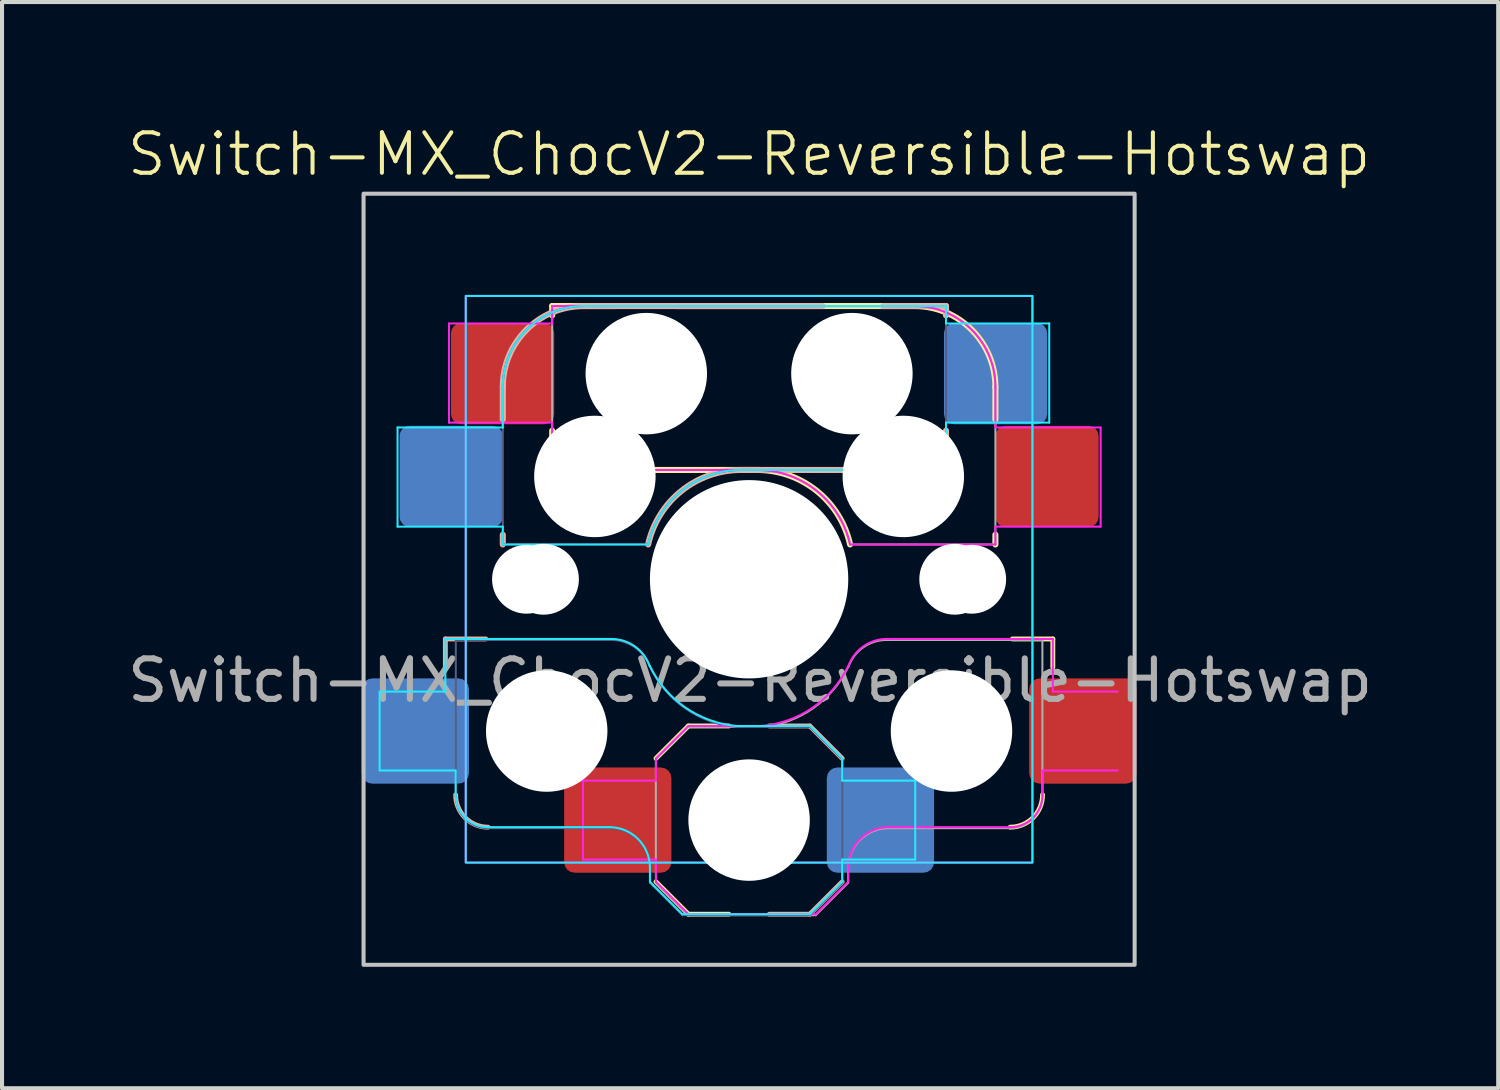
<source format=kicad_pcb>
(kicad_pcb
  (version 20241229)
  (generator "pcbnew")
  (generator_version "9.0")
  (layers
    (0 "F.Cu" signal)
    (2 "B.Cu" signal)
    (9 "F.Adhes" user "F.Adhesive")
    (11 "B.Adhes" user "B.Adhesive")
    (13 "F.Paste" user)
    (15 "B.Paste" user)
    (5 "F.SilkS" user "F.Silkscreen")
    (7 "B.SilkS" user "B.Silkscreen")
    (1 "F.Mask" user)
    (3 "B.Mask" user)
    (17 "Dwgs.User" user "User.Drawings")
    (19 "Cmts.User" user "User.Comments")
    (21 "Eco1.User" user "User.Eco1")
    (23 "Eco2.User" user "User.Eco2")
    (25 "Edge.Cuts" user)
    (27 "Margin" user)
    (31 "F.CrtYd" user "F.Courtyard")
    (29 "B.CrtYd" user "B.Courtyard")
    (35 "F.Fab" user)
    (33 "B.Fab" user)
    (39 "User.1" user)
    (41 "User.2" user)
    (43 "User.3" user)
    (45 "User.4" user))
  (footprint "Switch-MX_ChocV2-Reversible-Hotswap"
    (layer "F.Cu")
    (at 15.457 11.261)
    (property "Reference" "Switch-MX_ChocV2-Reversible-Hotswap" (at 0 -10.5 0) (unlocked yes) (layer "F.SilkS") (effects (font (size 1 1) (thickness 0.1))))
    (attr smd)
    (fp_line (start -4.865 -6.75) (end -4.865 -6.52) (stroke (width 0.15) (type solid)) (layer "F.SilkS"))
    (fp_line (start -4.865 -3.67) (end -4.865 -3.2) (stroke (width 0.15) (type solid)) (layer "F.SilkS"))
    (fp_line (start -4.365 -2.7) (end 0.2 -2.7) (stroke (width 0.15) (type solid)) (layer "F.SilkS"))
    (fp_line (start -3.315 -6.75) (end -4.865 -6.75) (stroke (width 0.15) (type solid)) (layer "F.SilkS"))
    (fp_line (start -2.3 7.475) (end -1.5 8.275) (stroke (width 0.12) (type solid)) (layer "F.SilkS"))
    (fp_line (start -1.5 3.625) (end -2.3 4.425) (stroke (width 0.12) (type solid)) (layer "F.SilkS"))
    (fp_line (start -1.5 3.625) (end -0.5 3.625) (stroke (width 0.12) (type solid)) (layer "F.SilkS"))
    (fp_line (start -1.5 8.275) (end -0.5 8.275) (stroke (width 0.12) (type solid)) (layer "F.SilkS"))
    (fp_line (start 4.085 -6.75) (end -1.815 -6.75) (stroke (width 0.15) (type solid)) (layer "F.SilkS"))
    (fp_line (start 6.085 -3.95) (end 6.085 -4.75) (stroke (width 0.15) (type solid)) (layer "F.SilkS"))
    (fp_line (start 6.085 -1.1) (end 6.085 -0.86) (stroke (width 0.15) (type solid)) (layer "F.SilkS"))
    (fp_line (start 7.504 1.475) (end 6.504 1.475) (stroke (width 0.12) (type solid)) (layer "F.SilkS"))
    (fp_line (start 7.504 1.475) (end 7.504 2.175) (stroke (width 0.12) (type solid)) (layer "F.SilkS"))
    (fp_arc (start -4.364824 -2.70022) (mid -4.718367 -2.846679) (end -4.864824 -3.20022) (stroke (width 0.15) (type solid)) (layer "F.SilkS"))
    (fp_arc (start 0.2 -2.70022) (mid 1.670695 -2.183638) (end 2.494322 -0.86022) (stroke (width 0.15) (type solid)) (layer "F.SilkS"))
    (fp_arc (start 4.085176 -6.75022) (mid 5.499404 -6.164448) (end 6.085176 -4.75022) (stroke (width 0.15) (type solid)) (layer "F.SilkS"))
    (fp_arc (start 7.25 5.325) (mid 7.015685 5.890685) (end 6.45 6.125) (stroke (width 0.12) (type solid)) (layer "F.SilkS"))
    (fp_line (start -7.504 1.475) (end -7.504 2.175) (stroke (width 0.12) (type solid)) (layer "B.SilkS"))
    (fp_line (start -7.504 1.475) (end -6.504 1.475) (stroke (width 0.12) (type solid)) (layer "B.SilkS"))
    (fp_line (start -6.085 -3.95) (end -6.085 -4.75) (stroke (width 0.15) (type solid)) (layer "B.SilkS"))
    (fp_line (start -6.085 -1.1) (end -6.085 -0.86) (stroke (width 0.15) (type solid)) (layer "B.SilkS"))
    (fp_line (start -4.085 -6.75) (end 1.815 -6.75) (stroke (width 0.15) (type solid)) (layer "B.SilkS"))
    (fp_line (start 1.5 3.625) (end 0.5 3.625) (stroke (width 0.12) (type solid)) (layer "B.SilkS"))
    (fp_line (start 1.5 3.625) (end 2.3 4.425) (stroke (width 0.12) (type solid)) (layer "B.SilkS"))
    (fp_line (start 1.5 8.275) (end 0.5 8.275) (stroke (width 0.12) (type solid)) (layer "B.SilkS"))
    (fp_line (start 2.3 7.475) (end 1.5 8.275) (stroke (width 0.12) (type solid)) (layer "B.SilkS"))
    (fp_line (start 3.315 -6.75) (end 4.865 -6.75) (stroke (width 0.15) (type solid)) (layer "B.SilkS"))
    (fp_line (start 4.365 -2.7) (end -0.2 -2.7) (stroke (width 0.15) (type solid)) (layer "B.SilkS"))
    (fp_line (start 4.865 -6.75) (end 4.865 -6.52) (stroke (width 0.15) (type solid)) (layer "B.SilkS"))
    (fp_line (start 4.865 -3.67) (end 4.865 -3.2) (stroke (width 0.15) (type solid)) (layer "B.SilkS"))
    (fp_arc (start -6.45 6.125) (mid -7.015685 5.890685) (end -7.25 5.325) (stroke (width 0.12) (type solid)) (layer "B.SilkS"))
    (fp_arc (start -6.085176 -4.75022) (mid -5.499404 -6.164447) (end -4.085176 -6.75022) (stroke (width 0.15) (type solid)) (layer "B.SilkS"))
    (fp_arc (start -2.494322 -0.86022) (mid -1.670694 -2.183638) (end -0.2 -2.70022) (stroke (width 0.15) (type solid)) (layer "B.SilkS"))
    (fp_arc (start 4.864824 -3.20022) (mid 4.718362 -2.846682) (end 4.364824 -2.70022) (stroke (width 0.15) (type solid)) (layer "B.SilkS"))
    (fp_rect (start -9.525 -9.525) (end 9.525 9.525) (stroke (width 0.1) (type default)) (fill no) (layer "Dwgs.User"))
    (fp_line (start -9.129 4.725) (end -9.129 2.775) (stroke (width 0.05) (type solid)) (layer "B.CrtYd"))
    (fp_line (start -9.104 2.775) (end -7.504 2.775) (stroke (width 0.05) (type solid)) (layer "B.CrtYd"))
    (fp_line (start -8.685 -3.75) (end -8.685 -1.3) (stroke (width 0.05) (type solid)) (layer "B.CrtYd"))
    (fp_line (start -8.685 -1.3) (end -6.085 -1.3) (stroke (width 0.05) (type solid)) (layer "B.CrtYd"))
    (fp_line (start -7.504 1.475) (end -7.504 2.175) (stroke (width 0.05) (type solid)) (layer "B.CrtYd"))
    (fp_line (start -7.504 1.475) (end -3.4 1.475) (stroke (width 0.05) (type solid)) (layer "B.CrtYd"))
    (fp_line (start -7.504 2.175) (end -7.504 2.775) (stroke (width 0.05) (type solid)) (layer "B.CrtYd"))
    (fp_line (start -7.25 4.725) (end -9.104 4.725) (stroke (width 0.05) (type solid)) (layer "B.CrtYd"))
    (fp_line (start -7.25 5.325) (end -7.25 4.725) (stroke (width 0.05) (type solid)) (layer "B.CrtYd"))
    (fp_line (start -6.085 -3.75) (end -8.685 -3.75) (stroke (width 0.05) (type solid)) (layer "B.CrtYd"))
    (fp_line (start -6.085 -3.75) (end -6.085 -4.75) (stroke (width 0.05) (type solid)) (layer "B.CrtYd"))
    (fp_line (start -6.085 -1.3) (end -6.085 -0.86) (stroke (width 0.05) (type solid)) (layer "B.CrtYd"))
    (fp_line (start -6.085 -0.86) (end -2.494 -0.86) (stroke (width 0.05) (type solid)) (layer "B.CrtYd"))
    (fp_line (start -4.085 -6.75) (end 4.865 -6.75) (stroke (width 0.05) (type solid)) (layer "B.CrtYd"))
    (fp_line (start -3.45 6.125) (end -6.45 6.125) (stroke (width 0.05) (type solid)) (layer "B.CrtYd"))
    (fp_line (start -2.45 7.475) (end -2.45 7.125) (stroke (width 0.05) (type solid)) (layer "B.CrtYd"))
    (fp_line (start -2.45 7.475) (end -1.65 8.275) (stroke (width 0.05) (type solid)) (layer "B.CrtYd"))
    (fp_line (start 1.5 3.625) (end -0.3 3.625) (stroke (width 0.05) (type solid)) (layer "B.CrtYd"))
    (fp_line (start 1.5 3.625) (end 2.3 4.425) (stroke (width 0.05) (type solid)) (layer "B.CrtYd"))
    (fp_line (start 1.5 8.275) (end -1.65 8.275) (stroke (width 0.05) (type solid)) (layer "B.CrtYd"))
    (fp_line (start 2.3 4.975) (end 2.3 4.425) (stroke (width 0.05) (type solid)) (layer "B.CrtYd"))
    (fp_line (start 2.3 7.475) (end 1.5 8.275) (stroke (width 0.05) (type solid)) (layer "B.CrtYd"))
    (fp_line (start 2.3 7.475) (end 2.3 6.925) (stroke (width 0.05) (type solid)) (layer "B.CrtYd"))
    (fp_line (start 4.104 4.975) (end 2.3 4.975) (stroke (width 0.05) (type solid)) (layer "B.CrtYd"))
    (fp_line (start 4.104 4.975) (end 4.104 6.925) (stroke (width 0.05) (type solid)) (layer "B.CrtYd"))
    (fp_line (start 4.104 6.925) (end 2.3 6.925) (stroke (width 0.05) (type solid)) (layer "B.CrtYd"))
    (fp_line (start 4.865 -6.75) (end 4.865 -6.32) (stroke (width 0.05) (type solid)) (layer "B.CrtYd"))
    (fp_line (start 4.865 -3.87) (end 4.865 -2.7) (stroke (width 0.05) (type solid)) (layer "B.CrtYd"))
    (fp_line (start 4.865 -3.87) (end 7.415 -3.87) (stroke (width 0.05) (type solid)) (layer "B.CrtYd"))
    (fp_line (start 4.865 -2.7) (end -0.2 -2.7) (stroke (width 0.05) (type solid)) (layer "B.CrtYd"))
    (fp_line (start 7.415 -6.32) (end 4.865 -6.32) (stroke (width 0.05) (type solid)) (layer "B.CrtYd"))
    (fp_line (start 7.415 -3.87) (end 7.415 -6.32) (stroke (width 0.05) (type solid)) (layer "B.CrtYd"))
    (fp_rect (start -7 -7) (end 7 7) (stroke (width 0.05) (type default)) (fill no) (layer "B.CrtYd"))
    (fp_arc (start -6.45 6.125) (mid -7.015685 5.890685) (end -7.25 5.325) (stroke (width 0.05) (type solid)) (layer "B.CrtYd"))
    (fp_arc (start -6.085176 -4.75022) (mid -5.499404 -6.164447) (end -4.085176 -6.75022) (stroke (width 0.05) (type solid)) (layer "B.CrtYd"))
    (fp_arc (start -3.45 6.125) (mid -2.742893 6.417893) (end -2.45 7.125) (stroke (width 0.05) (type solid)) (layer "B.CrtYd"))
    (fp_arc (start -3.4 1.475) (mid -2.826423 1.655848) (end -2.460307 2.13298) (stroke (width 0.05) (type solid)) (layer "B.CrtYd"))
    (fp_arc (start -2.494322 -0.86022) (mid -1.670504 -2.183401) (end -0.2 -2.70022) (stroke (width 0.05) (type solid)) (layer "B.CrtYd"))
    (fp_arc (start -0.299999 3.624999) (mid -1.577271 3.167234) (end -2.455444 2.13293) (stroke (width 0.05) (type solid)) (layer "B.CrtYd"))
    (fp_line (start -7.415 -6.32) (end -4.865 -6.32) (stroke (width 0.05) (type solid)) (layer "F.CrtYd"))
    (fp_line (start -7.415 -3.87) (end -7.415 -6.32) (stroke (width 0.05) (type solid)) (layer "F.CrtYd"))
    (fp_line (start -4.865 -6.75) (end -4.865 -6.32) (stroke (width 0.05) (type solid)) (layer "F.CrtYd"))
    (fp_line (start -4.865 -3.87) (end -7.415 -3.87) (stroke (width 0.05) (type solid)) (layer "F.CrtYd"))
    (fp_line (start -4.865 -3.87) (end -4.865 -2.7) (stroke (width 0.05) (type solid)) (layer "F.CrtYd"))
    (fp_line (start -4.865 -2.7) (end 0.2 -2.7) (stroke (width 0.05) (type solid)) (layer "F.CrtYd"))
    (fp_line (start -4.104 4.975) (end -4.104 6.925) (stroke (width 0.05) (type solid)) (layer "F.CrtYd"))
    (fp_line (start -4.104 4.975) (end -2.3 4.975) (stroke (width 0.05) (type solid)) (layer "F.CrtYd"))
    (fp_line (start -4.104 6.925) (end -2.3 6.925) (stroke (width 0.05) (type solid)) (layer "F.CrtYd"))
    (fp_line (start -2.3 4.975) (end -2.3 4.425) (stroke (width 0.05) (type solid)) (layer "F.CrtYd"))
    (fp_line (start -2.3 7.475) (end -2.3 6.925) (stroke (width 0.05) (type solid)) (layer "F.CrtYd"))
    (fp_line (start -2.3 7.475) (end -1.5 8.275) (stroke (width 0.05) (type solid)) (layer "F.CrtYd"))
    (fp_line (start -1.5 3.625) (end -2.3 4.425) (stroke (width 0.05) (type solid)) (layer "F.CrtYd"))
    (fp_line (start -1.5 3.625) (end 0.3 3.625) (stroke (width 0.05) (type solid)) (layer "F.CrtYd"))
    (fp_line (start -1.5 8.275) (end 1.65 8.275) (stroke (width 0.05) (type solid)) (layer "F.CrtYd"))
    (fp_line (start 2.45 7.475) (end 1.65 8.275) (stroke (width 0.05) (type solid)) (layer "F.CrtYd"))
    (fp_line (start 2.45 7.475) (end 2.45 7.125) (stroke (width 0.05) (type solid)) (layer "F.CrtYd"))
    (fp_line (start 3.45 6.125) (end 6.45 6.125) (stroke (width 0.05) (type solid)) (layer "F.CrtYd"))
    (fp_line (start 4.085 -6.75) (end -4.865 -6.75) (stroke (width 0.05) (type solid)) (layer "F.CrtYd"))
    (fp_line (start 6.085 -3.75) (end 6.085 -4.75) (stroke (width 0.05) (type solid)) (layer "F.CrtYd"))
    (fp_line (start 6.085 -3.75) (end 8.685 -3.75) (stroke (width 0.05) (type solid)) (layer "F.CrtYd"))
    (fp_line (start 6.085 -1.3) (end 6.085 -0.86) (stroke (width 0.05) (type solid)) (layer "F.CrtYd"))
    (fp_line (start 6.085 -0.86) (end 2.494 -0.86) (stroke (width 0.05) (type solid)) (layer "F.CrtYd"))
    (fp_line (start 7.25 4.725) (end 9.104 4.725) (stroke (width 0.05) (type solid)) (layer "F.CrtYd"))
    (fp_line (start 7.25 5.325) (end 7.25 4.725) (stroke (width 0.05) (type solid)) (layer "F.CrtYd"))
    (fp_line (start 7.504 1.475) (end 3.4 1.475) (stroke (width 0.05) (type solid)) (layer "F.CrtYd"))
    (fp_line (start 7.504 1.475) (end 7.504 2.175) (stroke (width 0.05) (type solid)) (layer "F.CrtYd"))
    (fp_line (start 7.504 2.175) (end 7.504 2.775) (stroke (width 0.05) (type solid)) (layer "F.CrtYd"))
    (fp_line (start 8.685 -3.75) (end 8.685 -1.3) (stroke (width 0.05) (type solid)) (layer "F.CrtYd"))
    (fp_line (start 8.685 -1.3) (end 6.085 -1.3) (stroke (width 0.05) (type solid)) (layer "F.CrtYd"))
    (fp_line (start 9.104 2.775) (end 7.504 2.775) (stroke (width 0.05) (type solid)) (layer "F.CrtYd"))
    (fp_rect (start -7 -7) (end 7 7) (stroke (width 0.05) (type default)) (fill no) (layer "F.CrtYd"))
    (fp_arc (start 0.2 -2.70022) (mid 1.670505 -2.183402) (end 2.494322 -0.86022) (stroke (width 0.05) (type solid)) (layer "F.CrtYd"))
    (fp_arc (start 2.45 7.125) (mid 2.742893 6.417893) (end 3.45 6.125) (stroke (width 0.05) (type solid)) (layer "F.CrtYd"))
    (fp_arc (start 2.455444 2.13293) (mid 1.577271 3.167234) (end 0.299999 3.624999) (stroke (width 0.05) (type solid)) (layer "F.CrtYd"))
    (fp_arc (start 2.460307 2.13298) (mid 2.826423 1.655848) (end 3.4 1.475) (stroke (width 0.05) (type solid)) (layer "F.CrtYd"))
    (fp_arc (start 4.085176 -6.75022) (mid 5.499404 -6.164448) (end 6.085176 -4.75022) (stroke (width 0.05) (type solid)) (layer "F.CrtYd"))
    (fp_arc (start 7.25 5.325) (mid 7.015685 5.890685) (end 6.45 6.125) (stroke (width 0.05) (type solid)) (layer "F.CrtYd"))
    (fp_line (start -7.246 1.5) (end -3.396 1.5) (stroke (width 0.05) (type solid)) (layer "B.Fab"))
    (fp_line (start -7.246 5.35) (end -7.246 1.5) (stroke (width 0.05) (type solid)) (layer "B.Fab"))
    (fp_line (start -6.085 -0.86) (end -6.085 -4.75) (stroke (width 0.05) (type solid)) (layer "B.Fab"))
    (fp_line (start -6.085 -0.86) (end -2.494 -0.86) (stroke (width 0.05) (type solid)) (layer "B.Fab"))
    (fp_line (start -4.085 -6.75) (end 4.865 -6.75) (stroke (width 0.05) (type solid)) (layer "B.Fab"))
    (fp_line (start -3.446 6.15) (end -6.446 6.15) (stroke (width 0.05) (type solid)) (layer "B.Fab"))
    (fp_line (start -2.446 7.5) (end -2.446 7.15) (stroke (width 0.05) (type solid)) (layer "B.Fab"))
    (fp_line (start -2.446 7.5) (end -1.646 8.3) (stroke (width 0.05) (type solid)) (layer "B.Fab"))
    (fp_line (start 1.504 3.65) (end -0.296 3.65) (stroke (width 0.05) (type solid)) (layer "B.Fab"))
    (fp_line (start 1.504 3.65) (end 2.304 4.45) (stroke (width 0.05) (type solid)) (layer "B.Fab"))
    (fp_line (start 1.504 8.3) (end -1.646 8.3) (stroke (width 0.05) (type solid)) (layer "B.Fab"))
    (fp_line (start 2.304 7.5) (end 1.504 8.3) (stroke (width 0.05) (type solid)) (layer "B.Fab"))
    (fp_line (start 2.304 7.5) (end 2.304 4.45) (stroke (width 0.05) (type solid)) (layer "B.Fab"))
    (fp_line (start 4.865 -6.75) (end 4.865 -2.7) (stroke (width 0.05) (type solid)) (layer "B.Fab"))
    (fp_line (start 4.865 -2.7) (end -0.2 -2.7) (stroke (width 0.05) (type solid)) (layer "B.Fab"))
    (fp_arc (start -6.446 6.15) (mid -7.011685 5.915685) (end -7.246 5.35) (stroke (width 0.05) (type solid)) (layer "B.Fab"))
    (fp_arc (start -6.085176 -4.75022) (mid -5.499404 -6.164447) (end -4.085176 -6.75022) (stroke (width 0.05) (type solid)) (layer "B.Fab"))
    (fp_arc (start -3.446 6.15) (mid -2.738893 6.442893) (end -2.446 7.15) (stroke (width 0.05) (type solid)) (layer "B.Fab"))
    (fp_arc (start -3.396 1.5) (mid -2.822423 1.680848) (end -2.456307 2.15798) (stroke (width 0.05) (type solid)) (layer "B.Fab"))
    (fp_arc (start -2.494322 -0.86022) (mid -1.670504 -2.183401) (end -0.2 -2.70022) (stroke (width 0.05) (type solid)) (layer "B.Fab"))
    (fp_arc (start -0.295999 3.649999) (mid -1.573271 3.192234) (end -2.451444 2.15793) (stroke (width 0.05) (type solid)) (layer "B.Fab"))
    (fp_line (start -4.865 -6.75) (end -4.865 -2.7) (stroke (width 0.05) (type solid)) (layer "F.Fab"))
    (fp_line (start -4.865 -2.7) (end 0.2 -2.7) (stroke (width 0.05) (type solid)) (layer "F.Fab"))
    (fp_line (start -2.304 7.5) (end -2.304 4.45) (stroke (width 0.05) (type solid)) (layer "F.Fab"))
    (fp_line (start -2.304 7.5) (end -1.504 8.3) (stroke (width 0.05) (type solid)) (layer "F.Fab"))
    (fp_line (start -1.504 3.65) (end -2.304 4.45) (stroke (width 0.05) (type solid)) (layer "F.Fab"))
    (fp_line (start -1.504 3.65) (end 0.296 3.65) (stroke (width 0.05) (type solid)) (layer "F.Fab"))
    (fp_line (start -1.504 8.3) (end 1.646 8.3) (stroke (width 0.05) (type solid)) (layer "F.Fab"))
    (fp_line (start 2.446 7.5) (end 1.646 8.3) (stroke (width 0.05) (type solid)) (layer "F.Fab"))
    (fp_line (start 2.446 7.5) (end 2.446 7.15) (stroke (width 0.05) (type solid)) (layer "F.Fab"))
    (fp_line (start 3.446 6.15) (end 6.446 6.15) (stroke (width 0.05) (type solid)) (layer "F.Fab"))
    (fp_line (start 4.085 -6.75) (end -4.865 -6.75) (stroke (width 0.05) (type solid)) (layer "F.Fab"))
    (fp_line (start 6.085 -0.86) (end 2.494 -0.86) (stroke (width 0.05) (type solid)) (layer "F.Fab"))
    (fp_line (start 6.085 -0.86) (end 6.085 -4.75) (stroke (width 0.05) (type solid)) (layer "F.Fab"))
    (fp_line (start 7.246 1.5) (end 3.396 1.5) (stroke (width 0.05) (type solid)) (layer "F.Fab"))
    (fp_line (start 7.246 5.35) (end 7.246 1.5) (stroke (width 0.05) (type solid)) (layer "F.Fab"))
    (fp_arc (start 0.2 -2.70022) (mid 1.670505 -2.183402) (end 2.494322 -0.86022) (stroke (width 0.05) (type solid)) (layer "F.Fab"))
    (fp_arc (start 2.446 7.15) (mid 2.738893 6.442893) (end 3.446 6.15) (stroke (width 0.05) (type solid)) (layer "F.Fab"))
    (fp_arc (start 2.451444 2.15793) (mid 1.573271 3.192234) (end 0.295999 3.649999) (stroke (width 0.05) (type solid)) (layer "F.Fab"))
    (fp_arc (start 2.456307 2.15798) (mid 2.822423 1.680848) (end 3.396 1.5) (stroke (width 0.05) (type solid)) (layer "F.Fab"))
    (fp_arc (start 4.085176 -6.75022) (mid 5.499404 -6.164448) (end 6.085176 -4.75022) (stroke (width 0.05) (type solid)) (layer "F.Fab"))
    (fp_arc (start 7.246 5.35) (mid 7.011685 5.915685) (end 6.446 6.15) (stroke (width 0.05) (type solid)) (layer "F.Fab"))
    (fp_text user "${REFERENCE}" (at 0.025 2.5 0) (unlocked yes) (layer "F.Fab") (effects (font (size 1 1) (thickness 0.15))))
    (pad "" np_thru_hole circle (at -5.5 0 180) (size 1.7 1.7) (drill 1.7) (layers "*.Cu" "*.Mask"))
    (pad "" np_thru_hole circle (at -5.08 0) (size 1.75 1.75) (drill 1.75) (layers "*.Cu" "*.Mask"))
    (pad "" np_thru_hole circle (at -5 3.75) (size 3 3) (drill 3) (layers "*.Cu" "*.Mask"))
    (pad "" np_thru_hole circle (at -3.81 -2.54) (size 3 3) (drill 3) (layers "*.Cu" "*.Mask"))
    (pad "" np_thru_hole circle (at -2.54 -5.08) (size 3 3) (drill 3) (layers "*.Cu" "*.Mask"))
    (pad "" np_thru_hole circle (at 0 0) (size 4.9 4.9) (drill 4.9) (layers "*.Cu" "*.Mask"))
    (pad "" np_thru_hole circle (at 0 5.95) (size 3 3) (drill 3) (layers "*.Cu" "*.Mask"))
    (pad "" np_thru_hole circle (at 2.54 -5.08) (size 3 3) (drill 3) (layers "*.Cu" "*.Mask"))
    (pad "" np_thru_hole circle (at 3.81 -2.54) (size 3 3) (drill 3) (layers "*.Cu" "*.Mask"))
    (pad "" np_thru_hole circle (at 5 3.75) (size 3 3) (drill 3) (layers "*.Cu" "*.Mask"))
    (pad "" np_thru_hole circle (at 5.08 0) (size 1.75 1.75) (drill 1.75) (layers "*.Cu" "*.Mask"))
    (pad "" np_thru_hole circle (at 5.5 0 180) (size 1.7 1.7) (drill 1.7) (layers "*.Cu" "*.Mask"))
    (pad "1" smd roundrect (at -8.245 3.75) (size 2.65 2.6) (layers "B.Cu" "B.Mask" "B.Paste") (roundrect_rratio 0.1))
    (pad "1" smd roundrect (at -7.36 -2.54) (size 2.55 2.5) (layers "B.Cu" "B.Mask" "B.Paste") (roundrect_rratio 0.1))
    (pad "1" smd roundrect (at 7.36 -2.54) (size 2.55 2.5) (layers "F.Cu" "F.Mask" "F.Paste") (roundrect_rratio 0.1))
    (pad "1" smd roundrect (at 8.245 3.75) (size 2.65 2.6) (layers "F.Cu" "F.Mask" "F.Paste") (roundrect_rratio 0.1))
    (pad "2" smd roundrect (at -6.09 -5.08) (size 2.55 2.5) (layers "F.Cu" "F.Mask" "F.Paste") (roundrect_rratio 0.1))
    (pad "2" smd roundrect (at -3.245 5.95) (size 2.65 2.6) (layers "F.Cu" "F.Mask" "F.Paste") (roundrect_rratio 0.1))
    (pad "2" smd roundrect (at 3.245 5.95) (size 2.65 2.6) (layers "B.Cu" "B.Mask" "B.Paste") (roundrect_rratio 0.1))
    (pad "2" smd roundrect (at 6.09 -5.08) (size 2.55 2.5) (layers "B.Cu" "B.Mask" "B.Paste") (roundrect_rratio 0.1)))
  (gr_rect
    (start -3 -3)
    (end 33.964 23.835)
    (stroke (width 0.1) (type default))
    (fill no)
    (layer "Edge.Cuts")))
</source>
